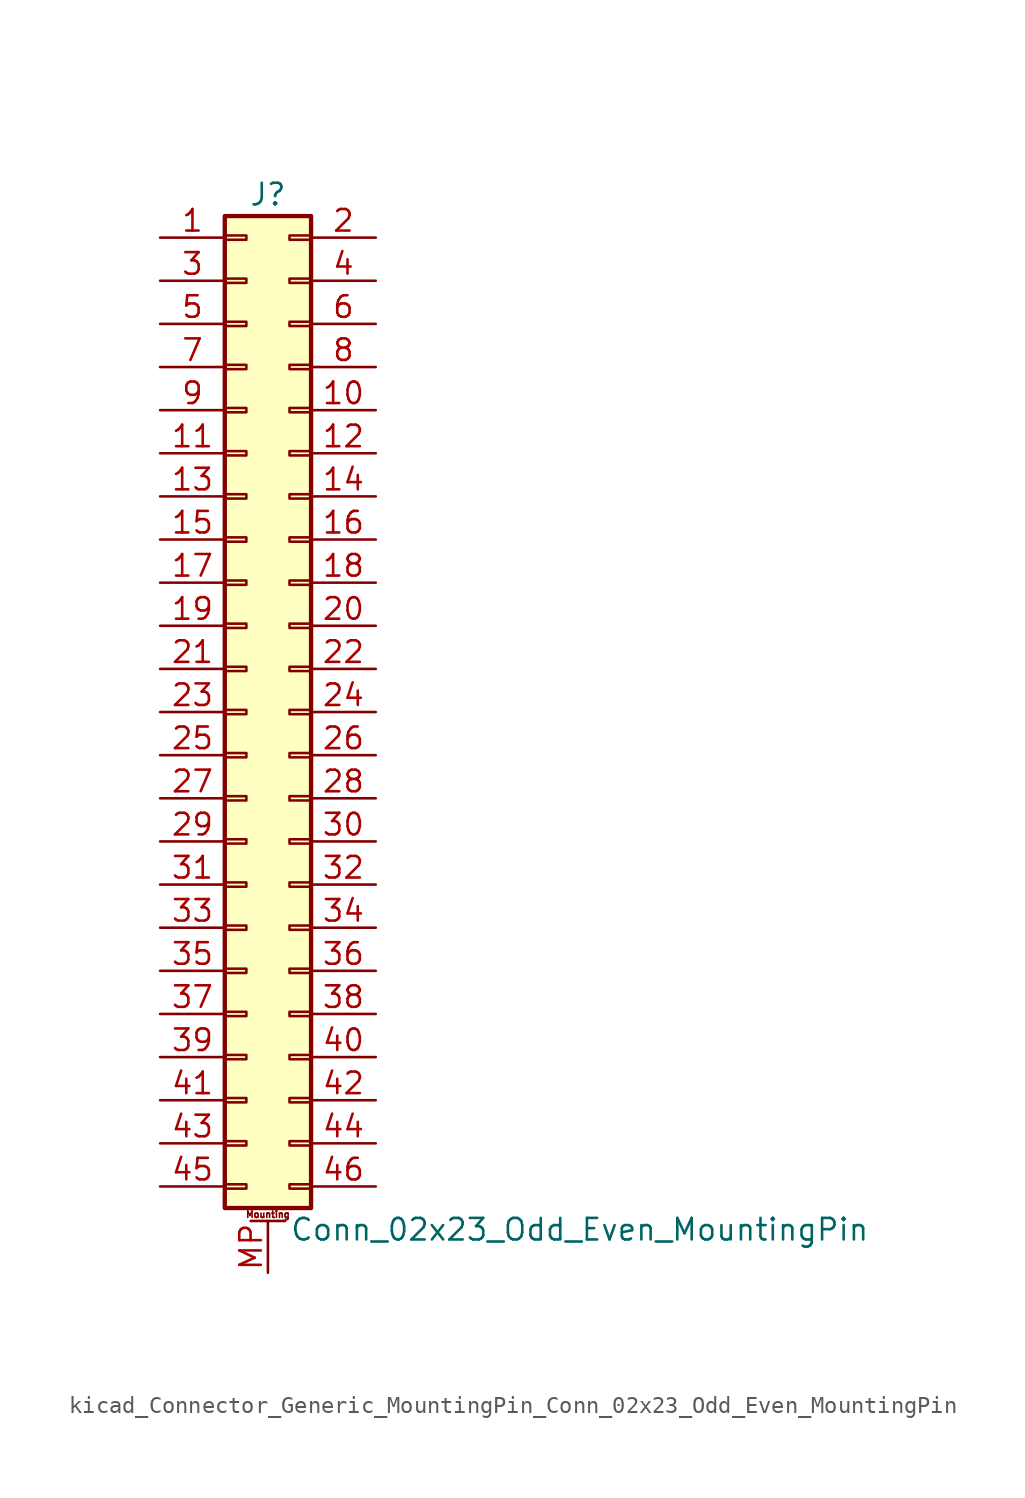
<source format=kicad_sym>
(kicad_symbol_lib
  (version 20220914)
  (generator kicad_symbol_editor)
  (symbol "kicad_Connector_Generic_MountingPin_Conn_02x23_Odd_Even_MountingPin"
    (pin_names
      (offset 1.016) hide)
    (property "Reference" "J"
      (at 1.27 30.48 0)
      (effects (font (size 1.27 1.27))))
    (property "Value" "Conn_02x23_Odd_Even_MountingPin"
      (at 2.54 -30.48 0)
      (effects (font (size 1.27 1.27)) (justify left)))
    (symbol "kicad_Connector_Generic_MountingPin_Conn_02x23_Odd_Even_MountingPin_1_1"
      (rectangle (start -1.27 -27.813) (end 0 -28.067) (stroke (width 0.152) (type default)) (fill (type none)))
      (rectangle (start -1.27 -25.273) (end 0 -25.527) (stroke (width 0.152) (type default)) (fill (type none)))
      (rectangle (start -1.27 -22.733) (end 0 -22.987) (stroke (width 0.152) (type default)) (fill (type none)))
      (rectangle (start -1.27 -20.193) (end 0 -20.447) (stroke (width 0.152) (type default)) (fill (type none)))
      (rectangle (start -1.27 -17.653) (end 0 -17.907) (stroke (width 0.152) (type default)) (fill (type none)))
      (rectangle (start -1.27 -15.113) (end 0 -15.367) (stroke (width 0.152) (type default)) (fill (type none)))
      (rectangle (start -1.27 -12.573) (end 0 -12.827) (stroke (width 0.152) (type default)) (fill (type none)))
      (rectangle (start -1.27 -10.033) (end 0 -10.287) (stroke (width 0.152) (type default)) (fill (type none)))
      (rectangle (start -1.27 -7.493) (end 0 -7.747) (stroke (width 0.152) (type default)) (fill (type none)))
      (rectangle (start -1.27 -4.953) (end 0 -5.207) (stroke (width 0.152) (type default)) (fill (type none)))
      (rectangle (start -1.27 -2.413) (end 0 -2.667) (stroke (width 0.152) (type default)) (fill (type none)))
      (rectangle (start -1.27 0.127) (end 0 -0.127) (stroke (width 0.152) (type default)) (fill (type none)))
      (rectangle (start -1.27 2.667) (end 0 2.413) (stroke (width 0.152) (type default)) (fill (type none)))
      (rectangle (start -1.27 5.207) (end 0 4.953) (stroke (width 0.152) (type default)) (fill (type none)))
      (rectangle (start -1.27 7.747) (end 0 7.493) (stroke (width 0.152) (type default)) (fill (type none)))
      (rectangle (start -1.27 10.287) (end 0 10.033) (stroke (width 0.152) (type default)) (fill (type none)))
      (rectangle (start -1.27 12.827) (end 0 12.573) (stroke (width 0.152) (type default)) (fill (type none)))
      (rectangle (start -1.27 15.367) (end 0 15.113) (stroke (width 0.152) (type default)) (fill (type none)))
      (rectangle (start -1.27 17.907) (end 0 17.653) (stroke (width 0.152) (type default)) (fill (type none)))
      (rectangle (start -1.27 20.447) (end 0 20.193) (stroke (width 0.152) (type default)) (fill (type none)))
      (rectangle (start -1.27 22.987) (end 0 22.733) (stroke (width 0.152) (type default)) (fill (type none)))
      (rectangle (start -1.27 25.527) (end 0 25.273) (stroke (width 0.152) (type default)) (fill (type none)))
      (rectangle (start -1.27 28.067) (end 0 27.813) (stroke (width 0.152) (type default)) (fill (type none)))
      (rectangle (start -1.27 29.21) (end 3.81 -29.21) (stroke (width 0.254) (type default)) (fill (type background)))
      (polyline (pts (xy 0.254 -29.972) (xy 2.286 -29.972)) (stroke (width 0.152) (type default)) (fill (type none)))
      (rectangle (start 3.81 -27.813) (end 2.54 -28.067) (stroke (width 0.152) (type default)) (fill (type none)))
      (rectangle (start 3.81 -25.273) (end 2.54 -25.527) (stroke (width 0.152) (type default)) (fill (type none)))
      (rectangle (start 3.81 -22.733) (end 2.54 -22.987) (stroke (width 0.152) (type default)) (fill (type none)))
      (rectangle (start 3.81 -20.193) (end 2.54 -20.447) (stroke (width 0.152) (type default)) (fill (type none)))
      (rectangle (start 3.81 -17.653) (end 2.54 -17.907) (stroke (width 0.152) (type default)) (fill (type none)))
      (rectangle (start 3.81 -15.113) (end 2.54 -15.367) (stroke (width 0.152) (type default)) (fill (type none)))
      (rectangle (start 3.81 -12.573) (end 2.54 -12.827) (stroke (width 0.152) (type default)) (fill (type none)))
      (rectangle (start 3.81 -10.033) (end 2.54 -10.287) (stroke (width 0.152) (type default)) (fill (type none)))
      (rectangle (start 3.81 -7.493) (end 2.54 -7.747) (stroke (width 0.152) (type default)) (fill (type none)))
      (rectangle (start 3.81 -4.953) (end 2.54 -5.207) (stroke (width 0.152) (type default)) (fill (type none)))
      (rectangle (start 3.81 -2.413) (end 2.54 -2.667) (stroke (width 0.152) (type default)) (fill (type none)))
      (rectangle (start 3.81 0.127) (end 2.54 -0.127) (stroke (width 0.152) (type default)) (fill (type none)))
      (rectangle (start 3.81 2.667) (end 2.54 2.413) (stroke (width 0.152) (type default)) (fill (type none)))
      (rectangle (start 3.81 5.207) (end 2.54 4.953) (stroke (width 0.152) (type default)) (fill (type none)))
      (rectangle (start 3.81 7.747) (end 2.54 7.493) (stroke (width 0.152) (type default)) (fill (type none)))
      (rectangle (start 3.81 10.287) (end 2.54 10.033) (stroke (width 0.152) (type default)) (fill (type none)))
      (rectangle (start 3.81 12.827) (end 2.54 12.573) (stroke (width 0.152) (type default)) (fill (type none)))
      (rectangle (start 3.81 15.367) (end 2.54 15.113) (stroke (width 0.152) (type default)) (fill (type none)))
      (rectangle (start 3.81 17.907) (end 2.54 17.653) (stroke (width 0.152) (type default)) (fill (type none)))
      (rectangle (start 3.81 20.447) (end 2.54 20.193) (stroke (width 0.152) (type default)) (fill (type none)))
      (rectangle (start 3.81 22.987) (end 2.54 22.733) (stroke (width 0.152) (type default)) (fill (type none)))
      (rectangle (start 3.81 25.527) (end 2.54 25.273) (stroke (width 0.152) (type default)) (fill (type none)))
      (rectangle (start 3.81 28.067) (end 2.54 27.813) (stroke (width 0.152) (type default)) (fill (type none)))
      (text "Mounting" (at 1.27 -29.591 0) (effects (font (size 0.381 0.381))))
      (pin passive line (at -5.08 27.94 0) (length 3.81) (name "Pin_1" (effects (font (size 1.27 1.27)))) (number "1" (effects (font (size 1.27 1.27)))))
      (pin passive line (at 7.62 17.78 180) (length 3.81) (name "Pin_10" (effects (font (size 1.27 1.27)))) (number "10" (effects (font (size 1.27 1.27)))))
      (pin passive line (at -5.08 15.24 0) (length 3.81) (name "Pin_11" (effects (font (size 1.27 1.27)))) (number "11" (effects (font (size 1.27 1.27)))))
      (pin passive line (at 7.62 15.24 180) (length 3.81) (name "Pin_12" (effects (font (size 1.27 1.27)))) (number "12" (effects (font (size 1.27 1.27)))))
      (pin passive line (at -5.08 12.7 0) (length 3.81) (name "Pin_13" (effects (font (size 1.27 1.27)))) (number "13" (effects (font (size 1.27 1.27)))))
      (pin passive line (at 7.62 12.7 180) (length 3.81) (name "Pin_14" (effects (font (size 1.27 1.27)))) (number "14" (effects (font (size 1.27 1.27)))))
      (pin passive line (at -5.08 10.16 0) (length 3.81) (name "Pin_15" (effects (font (size 1.27 1.27)))) (number "15" (effects (font (size 1.27 1.27)))))
      (pin passive line (at 7.62 10.16 180) (length 3.81) (name "Pin_16" (effects (font (size 1.27 1.27)))) (number "16" (effects (font (size 1.27 1.27)))))
      (pin passive line (at -5.08 7.62 0) (length 3.81) (name "Pin_17" (effects (font (size 1.27 1.27)))) (number "17" (effects (font (size 1.27 1.27)))))
      (pin passive line (at 7.62 7.62 180) (length 3.81) (name "Pin_18" (effects (font (size 1.27 1.27)))) (number "18" (effects (font (size 1.27 1.27)))))
      (pin passive line (at -5.08 5.08 0) (length 3.81) (name "Pin_19" (effects (font (size 1.27 1.27)))) (number "19" (effects (font (size 1.27 1.27)))))
      (pin passive line (at 7.62 27.94 180) (length 3.81) (name "Pin_2" (effects (font (size 1.27 1.27)))) (number "2" (effects (font (size 1.27 1.27)))))
      (pin passive line (at 7.62 5.08 180) (length 3.81) (name "Pin_20" (effects (font (size 1.27 1.27)))) (number "20" (effects (font (size 1.27 1.27)))))
      (pin passive line (at -5.08 2.54 0) (length 3.81) (name "Pin_21" (effects (font (size 1.27 1.27)))) (number "21" (effects (font (size 1.27 1.27)))))
      (pin passive line (at 7.62 2.54 180) (length 3.81) (name "Pin_22" (effects (font (size 1.27 1.27)))) (number "22" (effects (font (size 1.27 1.27)))))
      (pin passive line (at -5.08 0 0) (length 3.81) (name "Pin_23" (effects (font (size 1.27 1.27)))) (number "23" (effects (font (size 1.27 1.27)))))
      (pin passive line (at 7.62 0 180) (length 3.81) (name "Pin_24" (effects (font (size 1.27 1.27)))) (number "24" (effects (font (size 1.27 1.27)))))
      (pin passive line (at -5.08 -2.54 0) (length 3.81) (name "Pin_25" (effects (font (size 1.27 1.27)))) (number "25" (effects (font (size 1.27 1.27)))))
      (pin passive line (at 7.62 -2.54 180) (length 3.81) (name "Pin_26" (effects (font (size 1.27 1.27)))) (number "26" (effects (font (size 1.27 1.27)))))
      (pin passive line (at -5.08 -5.08 0) (length 3.81) (name "Pin_27" (effects (font (size 1.27 1.27)))) (number "27" (effects (font (size 1.27 1.27)))))
      (pin passive line (at 7.62 -5.08 180) (length 3.81) (name "Pin_28" (effects (font (size 1.27 1.27)))) (number "28" (effects (font (size 1.27 1.27)))))
      (pin passive line (at -5.08 -7.62 0) (length 3.81) (name "Pin_29" (effects (font (size 1.27 1.27)))) (number "29" (effects (font (size 1.27 1.27)))))
      (pin passive line (at -5.08 25.4 0) (length 3.81) (name "Pin_3" (effects (font (size 1.27 1.27)))) (number "3" (effects (font (size 1.27 1.27)))))
      (pin passive line (at 7.62 -7.62 180) (length 3.81) (name "Pin_30" (effects (font (size 1.27 1.27)))) (number "30" (effects (font (size 1.27 1.27)))))
      (pin passive line (at -5.08 -10.16 0) (length 3.81) (name "Pin_31" (effects (font (size 1.27 1.27)))) (number "31" (effects (font (size 1.27 1.27)))))
      (pin passive line (at 7.62 -10.16 180) (length 3.81) (name "Pin_32" (effects (font (size 1.27 1.27)))) (number "32" (effects (font (size 1.27 1.27)))))
      (pin passive line (at -5.08 -12.7 0) (length 3.81) (name "Pin_33" (effects (font (size 1.27 1.27)))) (number "33" (effects (font (size 1.27 1.27)))))
      (pin passive line (at 7.62 -12.7 180) (length 3.81) (name "Pin_34" (effects (font (size 1.27 1.27)))) (number "34" (effects (font (size 1.27 1.27)))))
      (pin passive line (at -5.08 -15.24 0) (length 3.81) (name "Pin_35" (effects (font (size 1.27 1.27)))) (number "35" (effects (font (size 1.27 1.27)))))
      (pin passive line (at 7.62 -15.24 180) (length 3.81) (name "Pin_36" (effects (font (size 1.27 1.27)))) (number "36" (effects (font (size 1.27 1.27)))))
      (pin passive line (at -5.08 -17.78 0) (length 3.81) (name "Pin_37" (effects (font (size 1.27 1.27)))) (number "37" (effects (font (size 1.27 1.27)))))
      (pin passive line (at 7.62 -17.78 180) (length 3.81) (name "Pin_38" (effects (font (size 1.27 1.27)))) (number "38" (effects (font (size 1.27 1.27)))))
      (pin passive line (at -5.08 -20.32 0) (length 3.81) (name "Pin_39" (effects (font (size 1.27 1.27)))) (number "39" (effects (font (size 1.27 1.27)))))
      (pin passive line (at 7.62 25.4 180) (length 3.81) (name "Pin_4" (effects (font (size 1.27 1.27)))) (number "4" (effects (font (size 1.27 1.27)))))
      (pin passive line (at 7.62 -20.32 180) (length 3.81) (name "Pin_40" (effects (font (size 1.27 1.27)))) (number "40" (effects (font (size 1.27 1.27)))))
      (pin passive line (at -5.08 -22.86 0) (length 3.81) (name "Pin_41" (effects (font (size 1.27 1.27)))) (number "41" (effects (font (size 1.27 1.27)))))
      (pin passive line (at 7.62 -22.86 180) (length 3.81) (name "Pin_42" (effects (font (size 1.27 1.27)))) (number "42" (effects (font (size 1.27 1.27)))))
      (pin passive line (at -5.08 -25.4 0) (length 3.81) (name "Pin_43" (effects (font (size 1.27 1.27)))) (number "43" (effects (font (size 1.27 1.27)))))
      (pin passive line (at 7.62 -25.4 180) (length 3.81) (name "Pin_44" (effects (font (size 1.27 1.27)))) (number "44" (effects (font (size 1.27 1.27)))))
      (pin passive line (at -5.08 -27.94 0) (length 3.81) (name "Pin_45" (effects (font (size 1.27 1.27)))) (number "45" (effects (font (size 1.27 1.27)))))
      (pin passive line (at 7.62 -27.94 180) (length 3.81) (name "Pin_46" (effects (font (size 1.27 1.27)))) (number "46" (effects (font (size 1.27 1.27)))))
      (pin passive line (at -5.08 22.86 0) (length 3.81) (name "Pin_5" (effects (font (size 1.27 1.27)))) (number "5" (effects (font (size 1.27 1.27)))))
      (pin passive line (at 7.62 22.86 180) (length 3.81) (name "Pin_6" (effects (font (size 1.27 1.27)))) (number "6" (effects (font (size 1.27 1.27)))))
      (pin passive line (at -5.08 20.32 0) (length 3.81) (name "Pin_7" (effects (font (size 1.27 1.27)))) (number "7" (effects (font (size 1.27 1.27)))))
      (pin passive line (at 7.62 20.32 180) (length 3.81) (name "Pin_8" (effects (font (size 1.27 1.27)))) (number "8" (effects (font (size 1.27 1.27)))))
      (pin passive line (at -5.08 17.78 0) (length 3.81) (name "Pin_9" (effects (font (size 1.27 1.27)))) (number "9" (effects (font (size 1.27 1.27)))))
      (pin passive line (at 1.27 -33.02 90) (length 3.048) (name "MountPin" (effects (font (size 1.27 1.27)))) (number "MP" (effects (font (size 1.27 1.27))))))))
</source>
